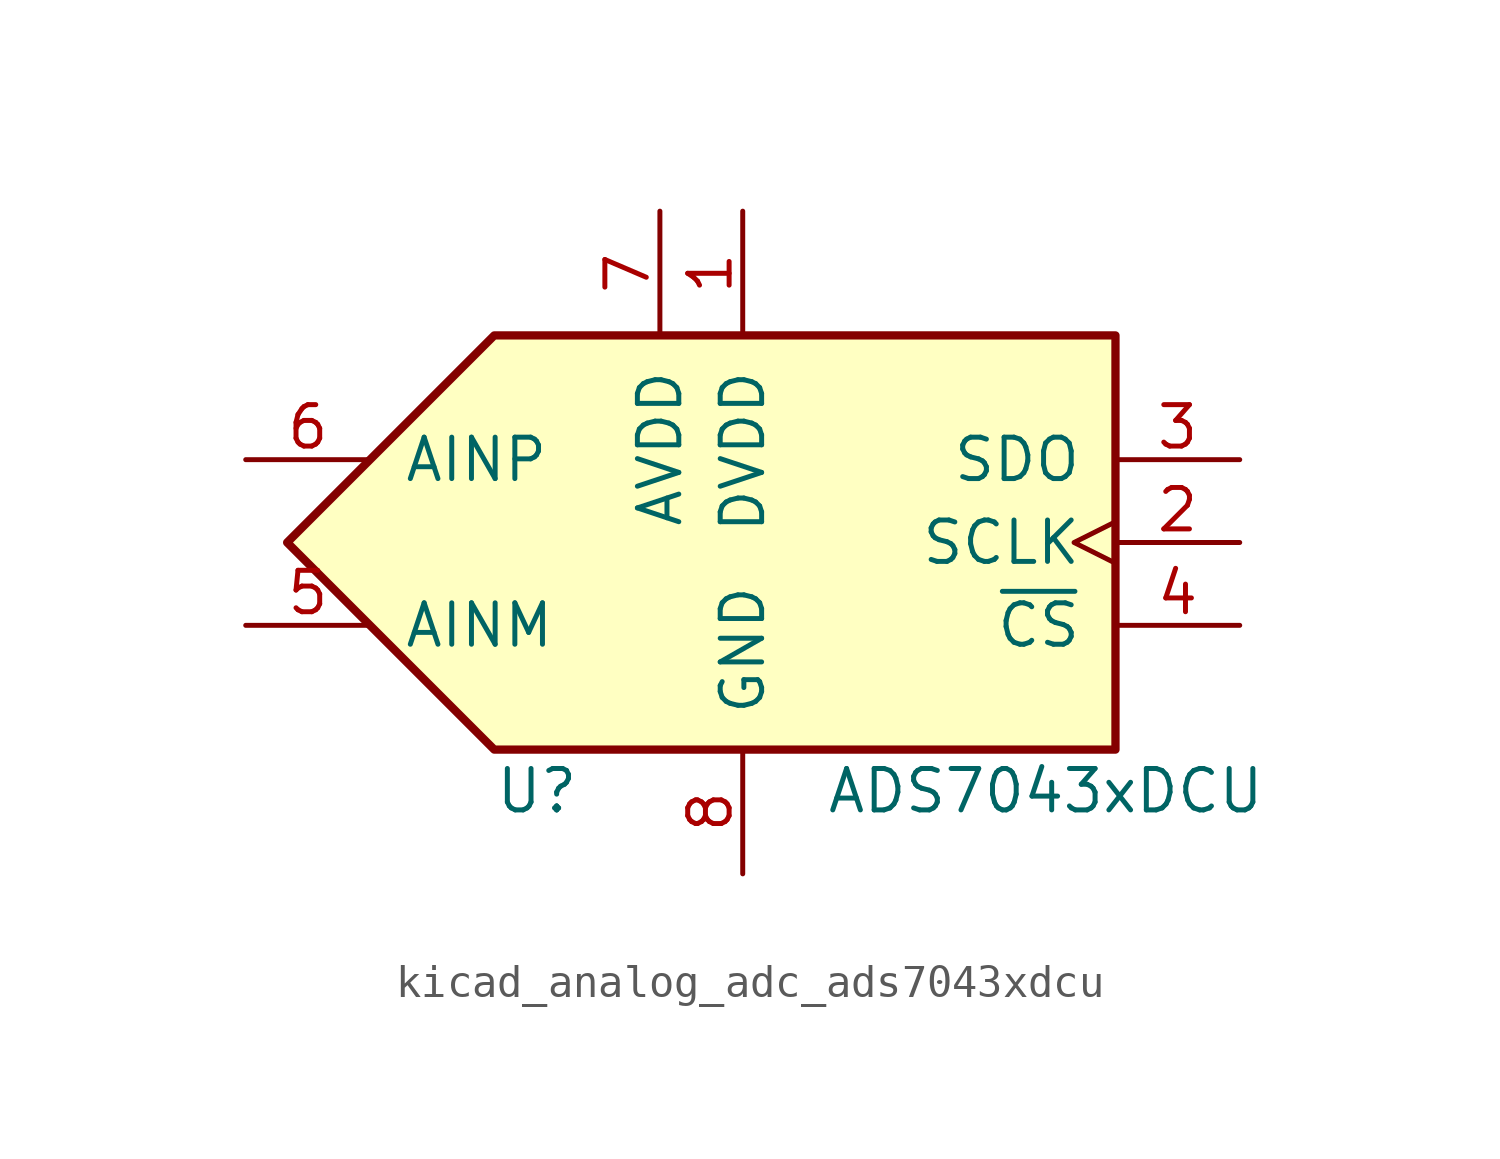
<source format=kicad_sym>
(kicad_symbol_lib
  (version 20220914)
  (generator kicad_symbol_editor)
  (symbol "kicad_analog_adc_ads7043xdcu"
    (pin_names
      (offset 1.016))
    (property "Reference" "U"
      (at -7.62 -7.62 0)
      (effects (font (size 1.27 1.27)) (justify left)))
    (property "Value" "ADS7043xDCU"
      (at 2.54 -7.62 0)
      (effects (font (size 1.27 1.27)) (justify left)))
    (symbol "kicad_analog_adc_ads7043xdcu_0_1"
      (polyline (pts (xy -13.97 0) (xy -7.62 6.35) (xy 11.43 6.35) (xy 11.43 -6.35) (xy -7.62 -6.35) (xy -13.97 0)) (stroke (width 0.254) (type default)) (fill (type background))))
    (symbol "kicad_analog_adc_ads7043xdcu_1_1"
      (pin power_in line (at 0 10.16 270) (length 3.81) (name "DVDD" (effects (font (size 1.27 1.27)))) (number "1" (effects (font (size 1.27 1.27)))))
      (pin input clock (at 15.24 0 180) (length 3.81) (name "SCLK" (effects (font (size 1.27 1.27)))) (number "2" (effects (font (size 1.27 1.27)))))
      (pin output line (at 15.24 2.54 180) (length 3.81) (name "SDO" (effects (font (size 1.27 1.27)))) (number "3" (effects (font (size 1.27 1.27)))))
      (pin input line (at 15.24 -2.54 180) (length 3.81) (name "~{CS}" (effects (font (size 1.27 1.27)))) (number "4" (effects (font (size 1.27 1.27)))))
      (pin input line (at -15.24 -2.54 0) (length 3.81) (name "AINM" (effects (font (size 1.27 1.27)))) (number "5" (effects (font (size 1.27 1.27)))))
      (pin input line (at -15.24 2.54 0) (length 3.81) (name "AINP" (effects (font (size 1.27 1.27)))) (number "6" (effects (font (size 1.27 1.27)))))
      (pin power_in line (at -2.54 10.16 270) (length 3.81) (name "AVDD" (effects (font (size 1.27 1.27)))) (number "7" (effects (font (size 1.27 1.27)))))
      (pin power_in line (at 0 -10.16 90) (length 3.81) (name "GND" (effects (font (size 1.27 1.27)))) (number "8" (effects (font (size 1.27 1.27))))))))
</source>
